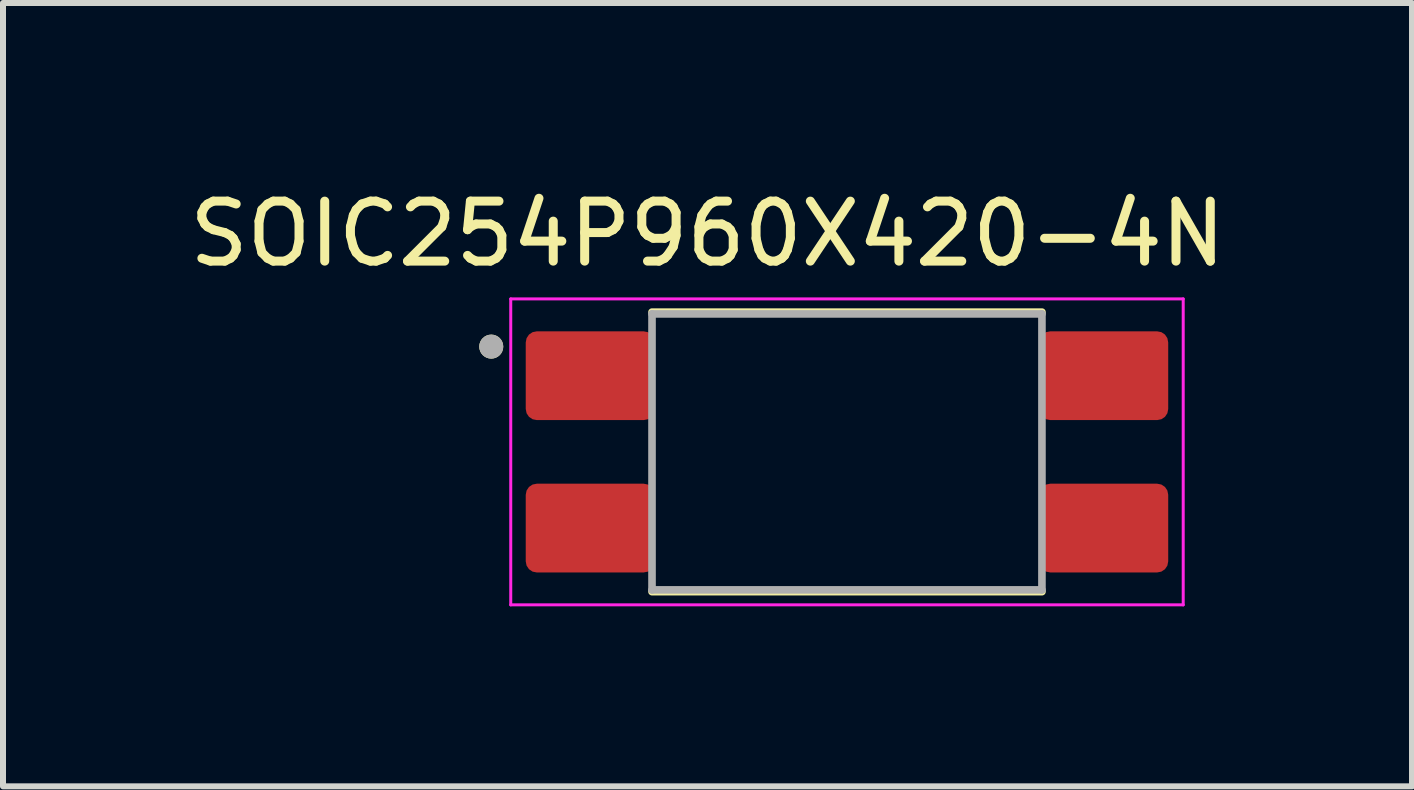
<source format=kicad_pcb>
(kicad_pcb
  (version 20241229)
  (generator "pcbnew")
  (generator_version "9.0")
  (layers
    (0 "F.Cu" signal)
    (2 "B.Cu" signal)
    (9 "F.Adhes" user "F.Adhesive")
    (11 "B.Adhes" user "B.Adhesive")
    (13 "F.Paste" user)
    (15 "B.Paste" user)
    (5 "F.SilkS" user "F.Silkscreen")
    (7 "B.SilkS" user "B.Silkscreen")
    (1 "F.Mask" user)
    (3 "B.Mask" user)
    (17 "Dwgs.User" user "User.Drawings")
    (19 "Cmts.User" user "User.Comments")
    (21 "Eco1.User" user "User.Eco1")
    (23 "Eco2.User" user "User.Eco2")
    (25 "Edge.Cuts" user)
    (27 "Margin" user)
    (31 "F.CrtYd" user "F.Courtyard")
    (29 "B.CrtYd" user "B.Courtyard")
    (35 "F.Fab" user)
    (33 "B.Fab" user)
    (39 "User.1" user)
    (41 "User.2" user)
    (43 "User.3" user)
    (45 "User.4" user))
  (footprint "SOIC254P960X420-4N"
    (layer "F.Cu")
    (at 11.069 4.483)
    (property "Reference" "SOIC254P960X420-4N" (at -2.325 -3.635 0) (layer "F.SilkS") (effects (font (size 1 1) (thickness 0.15))))
    (attr smd)
    (fp_line (start -3.25 -2.33) (end 3.25 -2.33) (stroke (width 0.127) (type solid)) (layer "F.SilkS"))
    (fp_line (start -3.25 2.33) (end 3.25 2.33) (stroke (width 0.127) (type solid)) (layer "F.SilkS"))
    (fp_circle (center -5.93 -1.755) (end -5.83 -1.755) (stroke (width 0.2) (type solid)) (fill no) (layer "F.SilkS"))
    (fp_line (start -5.605 -2.55) (end -5.605 2.55) (stroke (width 0.05) (type solid)) (layer "F.CrtYd"))
    (fp_line (start -5.605 -2.55) (end 5.605 -2.55) (stroke (width 0.05) (type solid)) (layer "F.CrtYd"))
    (fp_line (start -5.605 2.55) (end 5.605 2.55) (stroke (width 0.05) (type solid)) (layer "F.CrtYd"))
    (fp_line (start 5.605 -2.55) (end 5.605 2.55) (stroke (width 0.05) (type solid)) (layer "F.CrtYd"))
    (fp_line (start -3.25 -2.3) (end -3.25 2.3) (stroke (width 0.127) (type solid)) (layer "F.Fab"))
    (fp_line (start -3.25 -2.3) (end 3.25 -2.3) (stroke (width 0.127) (type solid)) (layer "F.Fab"))
    (fp_line (start -3.25 2.3) (end 3.25 2.3) (stroke (width 0.127) (type solid)) (layer "F.Fab"))
    (fp_line (start 3.25 -2.3) (end 3.25 2.3) (stroke (width 0.127) (type solid)) (layer "F.Fab"))
    (fp_circle (center -5.93 -1.755) (end -5.83 -1.755) (stroke (width 0.2) (type solid)) (fill no) (layer "F.Fab"))
    (pad "1" smd roundrect (at -4.28 -1.27) (size 2.15 1.48) (layers "F.Cu" "F.Mask" "F.Paste") (roundrect_rratio 0.125))
    (pad "2" smd roundrect (at -4.28 1.27) (size 2.15 1.48) (layers "F.Cu" "F.Mask" "F.Paste") (roundrect_rratio 0.125))
    (pad "3" smd roundrect (at 4.28 1.27) (size 2.15 1.48) (layers "F.Cu" "F.Mask" "F.Paste") (roundrect_rratio 0.125))
    (pad "4" smd roundrect (at 4.28 -1.27) (size 2.15 1.48) (layers "F.Cu" "F.Mask" "F.Paste") (roundrect_rratio 0.125)))
  (gr_rect
    (start -3 -3)
    (end 20.488 10.058)
    (stroke (width 0.1) (type default))
    (fill no)
    (layer "Edge.Cuts")))
</source>
